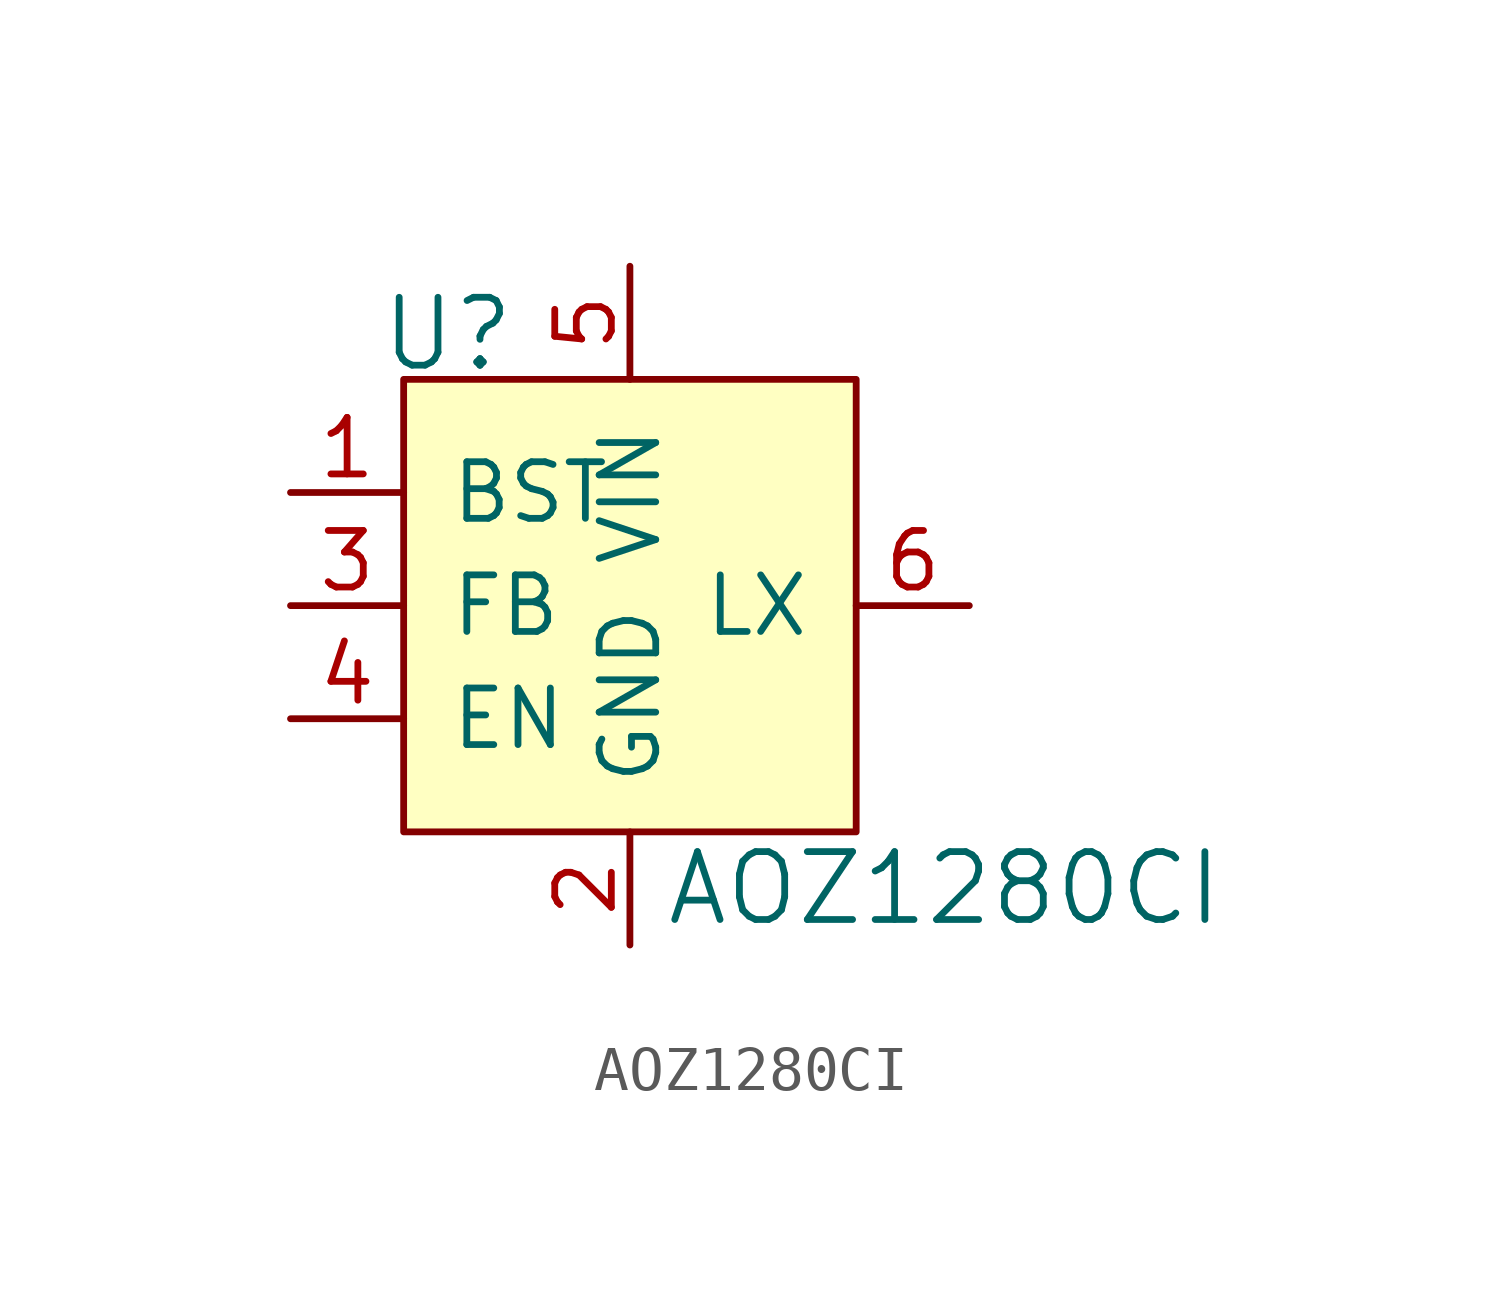
<source format=kicad_sym>
(kicad_symbol_lib
  (version 20231120)
  (generator "kicad_symbol_editor")
  (generator_version "8.0")
  (symbol "AOZ1280CI"
    (pin_names
      (offset 1.016))
    (property "Reference" "U"
      (at -2.54 3.556 0)
      (effects (font (size 1.524 1.524)) (justify right)))
    (property "Value" "AOZ1280CI"
      (at 0.762 -8.89 0)
      (effects (font (size 1.524 1.524)) (justify left)))
    (symbol "AOZ1280CI_0_1"
      (rectangle (start -5.08 2.54) (end 5.08 -7.62) (stroke (width 0) (type default)) (fill (type background))))
    (symbol "AOZ1280CI_1_1"
      (pin passive line (at -7.62 0 0) (length 2.54) (name "BST" (effects (font (size 1.27 1.27)))) (number "1" (effects (font (size 1.27 1.27)))))
      (pin power_in line (at 0 -10.16 90) (length 2.54) (name "GND" (effects (font (size 1.27 1.27)))) (number "2" (effects (font (size 1.27 1.27)))))
      (pin passive line (at -7.62 -2.54 0) (length 2.54) (name "FB" (effects (font (size 1.27 1.27)))) (number "3" (effects (font (size 1.27 1.27)))))
      (pin input line (at -7.62 -5.08 0) (length 2.54) (name "EN" (effects (font (size 1.27 1.27)))) (number "4" (effects (font (size 1.27 1.27)))))
      (pin power_in line (at 0 5.08 270) (length 2.54) (name "VIN" (effects (font (size 1.27 1.27)))) (number "5" (effects (font (size 1.27 1.27)))))
      (pin output line (at 7.62 -2.54 180) (length 2.54) (name "LX" (effects (font (size 1.27 1.27)))) (number "6" (effects (font (size 1.27 1.27))))))))
</source>
